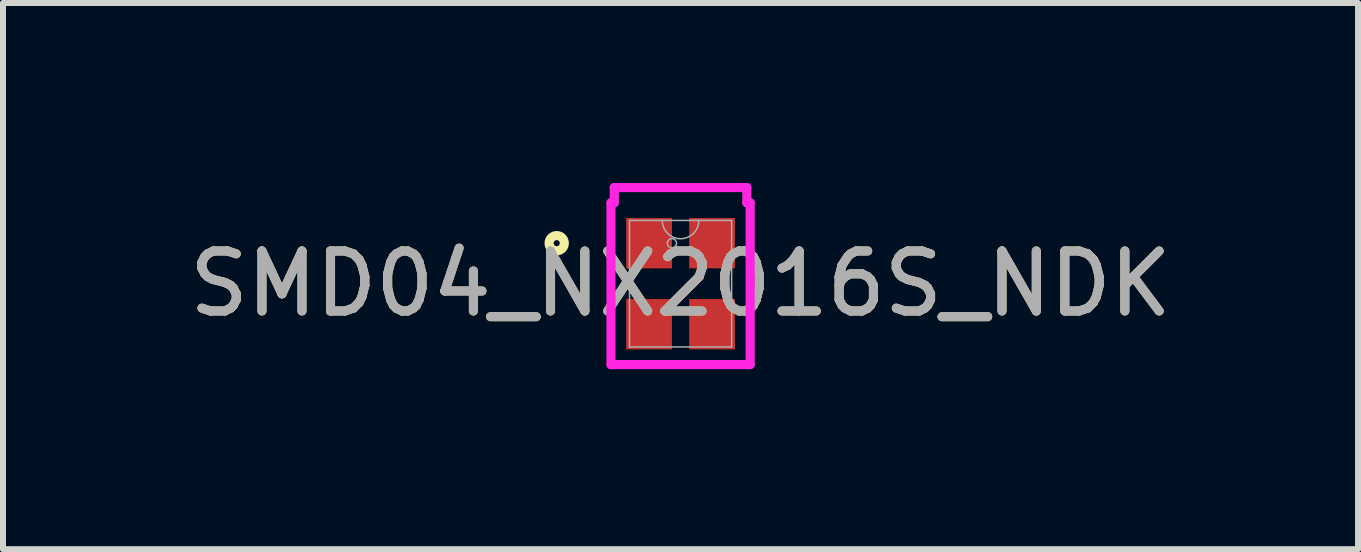
<source format=kicad_pcb>
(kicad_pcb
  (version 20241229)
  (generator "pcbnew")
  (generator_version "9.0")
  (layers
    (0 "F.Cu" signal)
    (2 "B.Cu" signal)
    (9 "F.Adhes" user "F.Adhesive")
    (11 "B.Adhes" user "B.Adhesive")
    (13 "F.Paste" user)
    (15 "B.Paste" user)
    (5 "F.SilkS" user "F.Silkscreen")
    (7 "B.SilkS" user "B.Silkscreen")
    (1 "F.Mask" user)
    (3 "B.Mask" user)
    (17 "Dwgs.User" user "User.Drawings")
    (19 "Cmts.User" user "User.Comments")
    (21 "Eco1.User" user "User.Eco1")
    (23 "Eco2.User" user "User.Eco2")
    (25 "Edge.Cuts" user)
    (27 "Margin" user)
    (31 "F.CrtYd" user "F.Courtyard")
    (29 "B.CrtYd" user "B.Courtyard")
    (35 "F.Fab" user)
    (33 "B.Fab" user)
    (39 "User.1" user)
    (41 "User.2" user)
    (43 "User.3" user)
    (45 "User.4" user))
  (footprint "SMD04_NX2016S_NDK"
    (layer "F.Cu")
    (at 8.292 1.678)
    (property "Reference" "SMD04_NX2016S_NDK" (at 0 0 0) (unlocked yes) (layer "F.SilkS") (effects (font (size 1 1) (thickness 0.15))))
    (attr smd)
    (fp_circle (center -2.064 -0.675) (end -1.937 -0.675) (stroke (width 0.152) (type solid)) (fill no) (layer "F.SilkS"))
    (fp_line (start -1.16 -1.348) (end -1.105 -1.348) (stroke (width 0.152) (type solid)) (layer "F.CrtYd"))
    (fp_line (start -1.16 1.348) (end -1.16 -1.348) (stroke (width 0.152) (type solid)) (layer "F.CrtYd"))
    (fp_line (start -1.16 1.348) (end -1.105 1.348) (stroke (width 0.152) (type solid)) (layer "F.CrtYd"))
    (fp_line (start -1.105 -1.602) (end 1.105 -1.602) (stroke (width 0.152) (type solid)) (layer "F.CrtYd"))
    (fp_line (start -1.105 -1.348) (end -1.105 -1.602) (stroke (width 0.152) (type solid)) (layer "F.CrtYd"))
    (fp_line (start -1.105 1.348) (end -1.105 1.348) (stroke (width 0.152) (type solid)) (layer "F.CrtYd"))
    (fp_line (start 1.105 -1.602) (end 1.105 -1.348) (stroke (width 0.152) (type solid)) (layer "F.CrtYd"))
    (fp_line (start 1.105 1.348) (end -1.105 1.348) (stroke (width 0.152) (type solid)) (layer "F.CrtYd"))
    (fp_line (start 1.105 1.348) (end 1.105 1.348) (stroke (width 0.152) (type solid)) (layer "F.CrtYd"))
    (fp_line (start 1.16 -1.348) (end 1.105 -1.348) (stroke (width 0.152) (type solid)) (layer "F.CrtYd"))
    (fp_line (start 1.16 -1.348) (end 1.16 1.348) (stroke (width 0.152) (type solid)) (layer "F.CrtYd"))
    (fp_line (start 1.16 1.348) (end 1.105 1.348) (stroke (width 0.152) (type solid)) (layer "F.CrtYd"))
    (fp_line (start -0.851 -1.054) (end -0.851 1.054) (stroke (width 0.025) (type solid)) (layer "F.Fab"))
    (fp_line (start -0.851 1.054) (end 0.851 1.054) (stroke (width 0.025) (type solid)) (layer "F.Fab"))
    (fp_line (start 0.851 -1.054) (end -0.851 -1.054) (stroke (width 0.025) (type solid)) (layer "F.Fab"))
    (fp_line (start 0.851 1.054) (end 0.851 -1.054) (stroke (width 0.025) (type solid)) (layer "F.Fab"))
    (fp_arc (start 0.3048 -1.0541) (mid 0 -0.7493) (end -0.3048 -1.0541) (stroke (width 0.0254) (type solid)) (layer "F.Fab"))
    (fp_circle (center -0.144 -0.675) (end -0.068 -0.675) (stroke (width 0.025) (type solid)) (fill no) (layer "F.Fab"))
    (fp_text user "${REFERENCE}" (at 0 0 0) (unlocked yes) (layer "F.Fab") (effects (font (size 1 1) (thickness 0.15))))
    (pad "1" smd rect (at -0.525 -0.675) (size 0.762 0.838) (layers "F.Cu" "F.Mask" "F.Paste"))
    (pad "2" smd rect (at -0.525 0.675) (size 0.762 0.838) (layers "F.Cu" "F.Mask" "F.Paste"))
    (pad "3" smd rect (at 0.525 0.675) (size 0.762 0.838) (layers "F.Cu" "F.Mask" "F.Paste"))
    (pad "4" smd rect (at 0.525 -0.675) (size 0.762 0.838) (layers "F.Cu" "F.Mask" "F.Paste")))
  (gr_rect
    (start -3 -3)
    (end 19.583 6.103)
    (stroke (width 0.1) (type default))
    (fill no)
    (layer "Edge.Cuts")))
</source>
